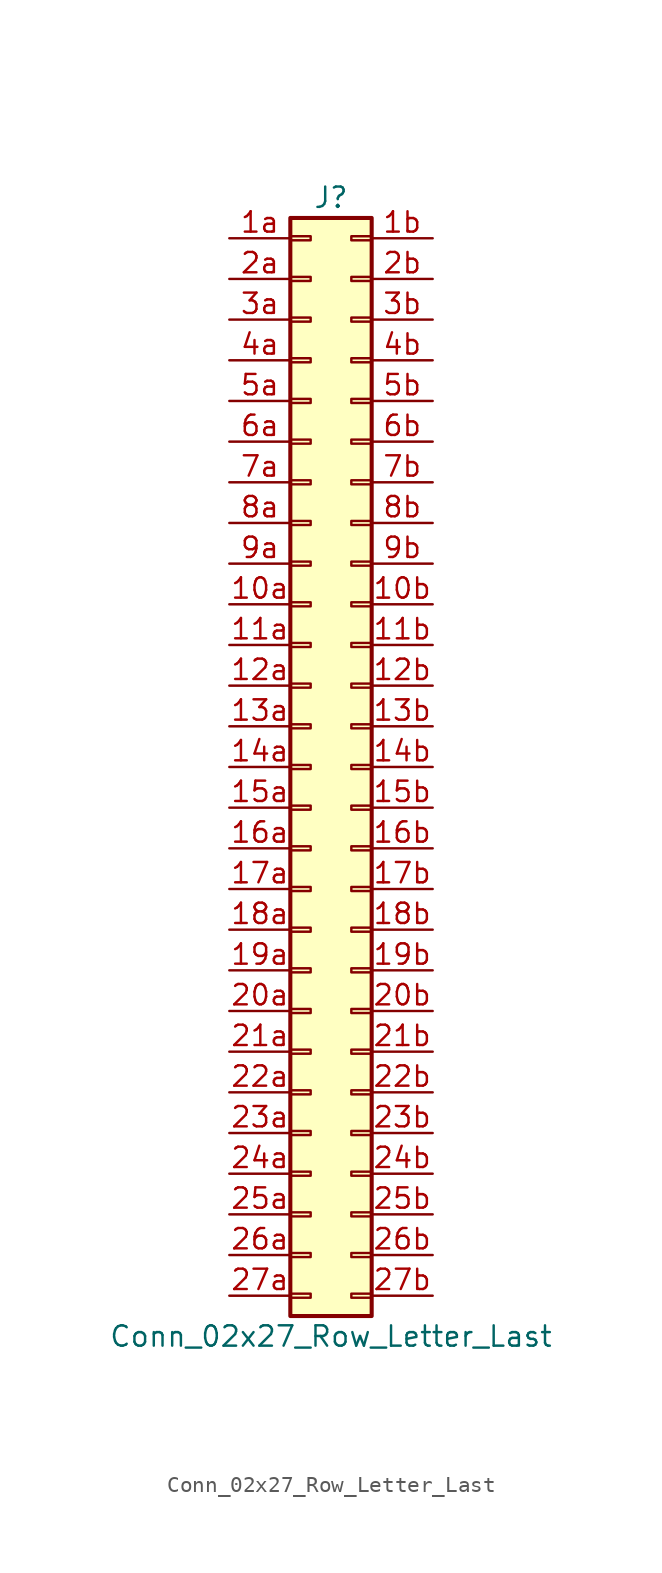
<source format=kicad_sym>
(kicad_symbol_lib
  (version 20201005)
  (generator kicad_symbol_editor)
  (symbol "Connector_Generic:Conn_02x27_Row_Letter_Last"
    (pin_names
      (offset 1.016) hide)
    (property "Reference" "J"
      (at 1.27 35.56 0)
      (effects (font (size 1.27 1.27))))
    (property "Value" "Conn_02x27_Row_Letter_Last"
      (at 1.27 -35.56 0)
      (effects (font (size 1.27 1.27))))
    (symbol "Conn_02x27_Row_Letter_Last_1_1"
      (rectangle (start -1.27 -27.813) (end 0 -28.067) (stroke (width 0.152)) (fill (type none)))
      (rectangle (start -1.27 -30.353) (end 0 -30.607) (stroke (width 0.152)) (fill (type none)))
      (rectangle (start -1.27 -32.893) (end 0 -33.147) (stroke (width 0.152)) (fill (type none)))
      (rectangle (start -1.27 -4.953) (end 0 -5.207) (stroke (width 0.152)) (fill (type none)))
      (rectangle (start -1.27 -7.493) (end 0 -7.747) (stroke (width 0.152)) (fill (type none)))
      (rectangle (start -1.27 -10.033) (end 0 -10.287) (stroke (width 0.152)) (fill (type none)))
      (rectangle (start -1.27 -12.573) (end 0 -12.827) (stroke (width 0.152)) (fill (type none)))
      (rectangle (start -1.27 -15.113) (end 0 -15.367) (stroke (width 0.152)) (fill (type none)))
      (rectangle (start -1.27 -17.653) (end 0 -17.907) (stroke (width 0.152)) (fill (type none)))
      (rectangle (start -1.27 -20.193) (end 0 -20.447) (stroke (width 0.152)) (fill (type none)))
      (rectangle (start -1.27 -22.733) (end 0 -22.987) (stroke (width 0.152)) (fill (type none)))
      (rectangle (start -1.27 -2.413) (end 0 -2.667) (stroke (width 0.152)) (fill (type none)))
      (rectangle (start -1.27 -25.273) (end 0 -25.527) (stroke (width 0.152)) (fill (type none)))
      (rectangle (start -1.27 25.527) (end 0 25.273) (stroke (width 0.152)) (fill (type none)))
      (rectangle (start -1.27 2.667) (end 0 2.413) (stroke (width 0.152)) (fill (type none)))
      (rectangle (start -1.27 28.067) (end 0 27.813) (stroke (width 0.152)) (fill (type none)))
      (rectangle (start -1.27 30.607) (end 0 30.353) (stroke (width 0.152)) (fill (type none)))
      (rectangle (start -1.27 33.147) (end 0 32.893) (stroke (width 0.152)) (fill (type none)))
      (rectangle (start -1.27 34.29) (end 3.81 -34.29) (stroke (width 0.254)) (fill (type background)))
      (rectangle (start -1.27 5.207) (end 0 4.953) (stroke (width 0.152)) (fill (type none)))
      (rectangle (start -1.27 7.747) (end 0 7.493) (stroke (width 0.152)) (fill (type none)))
      (rectangle (start -1.27 10.287) (end 0 10.033) (stroke (width 0.152)) (fill (type none)))
      (rectangle (start -1.27 0.127) (end 0 -0.127) (stroke (width 0.152)) (fill (type none)))
      (rectangle (start -1.27 12.827) (end 0 12.573) (stroke (width 0.152)) (fill (type none)))
      (rectangle (start -1.27 15.367) (end 0 15.113) (stroke (width 0.152)) (fill (type none)))
      (rectangle (start -1.27 17.907) (end 0 17.653) (stroke (width 0.152)) (fill (type none)))
      (rectangle (start -1.27 20.447) (end 0 20.193) (stroke (width 0.152)) (fill (type none)))
      (rectangle (start -1.27 22.987) (end 0 22.733) (stroke (width 0.152)) (fill (type none)))
      (rectangle (start 3.81 -27.813) (end 2.54 -28.067) (stroke (width 0.152)) (fill (type none)))
      (rectangle (start 3.81 -30.353) (end 2.54 -30.607) (stroke (width 0.152)) (fill (type none)))
      (rectangle (start 3.81 -32.893) (end 2.54 -33.147) (stroke (width 0.152)) (fill (type none)))
      (rectangle (start 3.81 -4.953) (end 2.54 -5.207) (stroke (width 0.152)) (fill (type none)))
      (rectangle (start 3.81 -7.493) (end 2.54 -7.747) (stroke (width 0.152)) (fill (type none)))
      (rectangle (start 3.81 -10.033) (end 2.54 -10.287) (stroke (width 0.152)) (fill (type none)))
      (rectangle (start 3.81 -12.573) (end 2.54 -12.827) (stroke (width 0.152)) (fill (type none)))
      (rectangle (start 3.81 -15.113) (end 2.54 -15.367) (stroke (width 0.152)) (fill (type none)))
      (rectangle (start 3.81 -17.653) (end 2.54 -17.907) (stroke (width 0.152)) (fill (type none)))
      (rectangle (start 3.81 -20.193) (end 2.54 -20.447) (stroke (width 0.152)) (fill (type none)))
      (rectangle (start 3.81 -22.733) (end 2.54 -22.987) (stroke (width 0.152)) (fill (type none)))
      (rectangle (start 3.81 -2.413) (end 2.54 -2.667) (stroke (width 0.152)) (fill (type none)))
      (rectangle (start 3.81 -25.273) (end 2.54 -25.527) (stroke (width 0.152)) (fill (type none)))
      (rectangle (start 3.81 25.527) (end 2.54 25.273) (stroke (width 0.152)) (fill (type none)))
      (rectangle (start 3.81 2.667) (end 2.54 2.413) (stroke (width 0.152)) (fill (type none)))
      (rectangle (start 3.81 28.067) (end 2.54 27.813) (stroke (width 0.152)) (fill (type none)))
      (rectangle (start 3.81 30.607) (end 2.54 30.353) (stroke (width 0.152)) (fill (type none)))
      (rectangle (start 3.81 33.147) (end 2.54 32.893) (stroke (width 0.152)) (fill (type none)))
      (rectangle (start 3.81 5.207) (end 2.54 4.953) (stroke (width 0.152)) (fill (type none)))
      (rectangle (start 3.81 7.747) (end 2.54 7.493) (stroke (width 0.152)) (fill (type none)))
      (rectangle (start 3.81 10.287) (end 2.54 10.033) (stroke (width 0.152)) (fill (type none)))
      (rectangle (start 3.81 0.127) (end 2.54 -0.127) (stroke (width 0.152)) (fill (type none)))
      (rectangle (start 3.81 12.827) (end 2.54 12.573) (stroke (width 0.152)) (fill (type none)))
      (rectangle (start 3.81 15.367) (end 2.54 15.113) (stroke (width 0.152)) (fill (type none)))
      (rectangle (start 3.81 17.907) (end 2.54 17.653) (stroke (width 0.152)) (fill (type none)))
      (rectangle (start 3.81 20.447) (end 2.54 20.193) (stroke (width 0.152)) (fill (type none)))
      (rectangle (start 3.81 22.987) (end 2.54 22.733) (stroke (width 0.152)) (fill (type none)))
      (pin passive line (at -5.08 10.16 0) (length 3.81) (name "Pin_10a" (effects (font (size 1.27 1.27)))) (number "10a" (effects (font (size 1.27 1.27)))))
      (pin passive line (at 7.62 10.16 180) (length 3.81) (name "Pin_10b" (effects (font (size 1.27 1.27)))) (number "10b" (effects (font (size 1.27 1.27)))))
      (pin passive line (at -5.08 7.62 0) (length 3.81) (name "Pin_11a" (effects (font (size 1.27 1.27)))) (number "11a" (effects (font (size 1.27 1.27)))))
      (pin passive line (at 7.62 7.62 180) (length 3.81) (name "Pin_11b" (effects (font (size 1.27 1.27)))) (number "11b" (effects (font (size 1.27 1.27)))))
      (pin passive line (at -5.08 5.08 0) (length 3.81) (name "Pin_12a" (effects (font (size 1.27 1.27)))) (number "12a" (effects (font (size 1.27 1.27)))))
      (pin passive line (at 7.62 5.08 180) (length 3.81) (name "Pin_12b" (effects (font (size 1.27 1.27)))) (number "12b" (effects (font (size 1.27 1.27)))))
      (pin passive line (at -5.08 2.54 0) (length 3.81) (name "Pin_13a" (effects (font (size 1.27 1.27)))) (number "13a" (effects (font (size 1.27 1.27)))))
      (pin passive line (at 7.62 2.54 180) (length 3.81) (name "Pin_13b" (effects (font (size 1.27 1.27)))) (number "13b" (effects (font (size 1.27 1.27)))))
      (pin passive line (at -5.08 0 0) (length 3.81) (name "Pin_14a" (effects (font (size 1.27 1.27)))) (number "14a" (effects (font (size 1.27 1.27)))))
      (pin passive line (at 7.62 0 180) (length 3.81) (name "Pin_14b" (effects (font (size 1.27 1.27)))) (number "14b" (effects (font (size 1.27 1.27)))))
      (pin passive line (at -5.08 -2.54 0) (length 3.81) (name "Pin_15a" (effects (font (size 1.27 1.27)))) (number "15a" (effects (font (size 1.27 1.27)))))
      (pin passive line (at 7.62 -2.54 180) (length 3.81) (name "Pin_15b" (effects (font (size 1.27 1.27)))) (number "15b" (effects (font (size 1.27 1.27)))))
      (pin passive line (at -5.08 -5.08 0) (length 3.81) (name "Pin_16a" (effects (font (size 1.27 1.27)))) (number "16a" (effects (font (size 1.27 1.27)))))
      (pin passive line (at 7.62 -5.08 180) (length 3.81) (name "Pin_16b" (effects (font (size 1.27 1.27)))) (number "16b" (effects (font (size 1.27 1.27)))))
      (pin passive line (at -5.08 -7.62 0) (length 3.81) (name "Pin_17a" (effects (font (size 1.27 1.27)))) (number "17a" (effects (font (size 1.27 1.27)))))
      (pin passive line (at 7.62 -7.62 180) (length 3.81) (name "Pin_17b" (effects (font (size 1.27 1.27)))) (number "17b" (effects (font (size 1.27 1.27)))))
      (pin passive line (at -5.08 -10.16 0) (length 3.81) (name "Pin_18a" (effects (font (size 1.27 1.27)))) (number "18a" (effects (font (size 1.27 1.27)))))
      (pin passive line (at 7.62 -10.16 180) (length 3.81) (name "Pin_18b" (effects (font (size 1.27 1.27)))) (number "18b" (effects (font (size 1.27 1.27)))))
      (pin passive line (at -5.08 -12.7 0) (length 3.81) (name "Pin_19a" (effects (font (size 1.27 1.27)))) (number "19a" (effects (font (size 1.27 1.27)))))
      (pin passive line (at 7.62 -12.7 180) (length 3.81) (name "Pin_19b" (effects (font (size 1.27 1.27)))) (number "19b" (effects (font (size 1.27 1.27)))))
      (pin passive line (at -5.08 33.02 0) (length 3.81) (name "Pin_1a" (effects (font (size 1.27 1.27)))) (number "1a" (effects (font (size 1.27 1.27)))))
      (pin passive line (at 7.62 33.02 180) (length 3.81) (name "Pin_1b" (effects (font (size 1.27 1.27)))) (number "1b" (effects (font (size 1.27 1.27)))))
      (pin passive line (at -5.08 -15.24 0) (length 3.81) (name "Pin_20a" (effects (font (size 1.27 1.27)))) (number "20a" (effects (font (size 1.27 1.27)))))
      (pin passive line (at 7.62 -15.24 180) (length 3.81) (name "Pin_20b" (effects (font (size 1.27 1.27)))) (number "20b" (effects (font (size 1.27 1.27)))))
      (pin passive line (at -5.08 -17.78 0) (length 3.81) (name "Pin_21a" (effects (font (size 1.27 1.27)))) (number "21a" (effects (font (size 1.27 1.27)))))
      (pin passive line (at 7.62 -17.78 180) (length 3.81) (name "Pin_21b" (effects (font (size 1.27 1.27)))) (number "21b" (effects (font (size 1.27 1.27)))))
      (pin passive line (at -5.08 -20.32 0) (length 3.81) (name "Pin_22a" (effects (font (size 1.27 1.27)))) (number "22a" (effects (font (size 1.27 1.27)))))
      (pin passive line (at 7.62 -20.32 180) (length 3.81) (name "Pin_22b" (effects (font (size 1.27 1.27)))) (number "22b" (effects (font (size 1.27 1.27)))))
      (pin passive line (at -5.08 -22.86 0) (length 3.81) (name "Pin_23a" (effects (font (size 1.27 1.27)))) (number "23a" (effects (font (size 1.27 1.27)))))
      (pin passive line (at 7.62 -22.86 180) (length 3.81) (name "Pin_23b" (effects (font (size 1.27 1.27)))) (number "23b" (effects (font (size 1.27 1.27)))))
      (pin passive line (at -5.08 -25.4 0) (length 3.81) (name "Pin_24a" (effects (font (size 1.27 1.27)))) (number "24a" (effects (font (size 1.27 1.27)))))
      (pin passive line (at 7.62 -25.4 180) (length 3.81) (name "Pin_24b" (effects (font (size 1.27 1.27)))) (number "24b" (effects (font (size 1.27 1.27)))))
      (pin passive line (at -5.08 -27.94 0) (length 3.81) (name "Pin_25a" (effects (font (size 1.27 1.27)))) (number "25a" (effects (font (size 1.27 1.27)))))
      (pin passive line (at 7.62 -27.94 180) (length 3.81) (name "Pin_25b" (effects (font (size 1.27 1.27)))) (number "25b" (effects (font (size 1.27 1.27)))))
      (pin passive line (at -5.08 -30.48 0) (length 3.81) (name "Pin_26a" (effects (font (size 1.27 1.27)))) (number "26a" (effects (font (size 1.27 1.27)))))
      (pin passive line (at 7.62 -30.48 180) (length 3.81) (name "Pin_26b" (effects (font (size 1.27 1.27)))) (number "26b" (effects (font (size 1.27 1.27)))))
      (pin passive line (at -5.08 -33.02 0) (length 3.81) (name "Pin_27a" (effects (font (size 1.27 1.27)))) (number "27a" (effects (font (size 1.27 1.27)))))
      (pin passive line (at 7.62 -33.02 180) (length 3.81) (name "Pin_27b" (effects (font (size 1.27 1.27)))) (number "27b" (effects (font (size 1.27 1.27)))))
      (pin passive line (at -5.08 30.48 0) (length 3.81) (name "Pin_2a" (effects (font (size 1.27 1.27)))) (number "2a" (effects (font (size 1.27 1.27)))))
      (pin passive line (at 7.62 30.48 180) (length 3.81) (name "Pin_2b" (effects (font (size 1.27 1.27)))) (number "2b" (effects (font (size 1.27 1.27)))))
      (pin passive line (at -5.08 27.94 0) (length 3.81) (name "Pin_3a" (effects (font (size 1.27 1.27)))) (number "3a" (effects (font (size 1.27 1.27)))))
      (pin passive line (at 7.62 27.94 180) (length 3.81) (name "Pin_3b" (effects (font (size 1.27 1.27)))) (number "3b" (effects (font (size 1.27 1.27)))))
      (pin passive line (at -5.08 25.4 0) (length 3.81) (name "Pin_4a" (effects (font (size 1.27 1.27)))) (number "4a" (effects (font (size 1.27 1.27)))))
      (pin passive line (at 7.62 25.4 180) (length 3.81) (name "Pin_4b" (effects (font (size 1.27 1.27)))) (number "4b" (effects (font (size 1.27 1.27)))))
      (pin passive line (at -5.08 22.86 0) (length 3.81) (name "Pin_5a" (effects (font (size 1.27 1.27)))) (number "5a" (effects (font (size 1.27 1.27)))))
      (pin passive line (at 7.62 22.86 180) (length 3.81) (name "Pin_5b" (effects (font (size 1.27 1.27)))) (number "5b" (effects (font (size 1.27 1.27)))))
      (pin passive line (at -5.08 20.32 0) (length 3.81) (name "Pin_6a" (effects (font (size 1.27 1.27)))) (number "6a" (effects (font (size 1.27 1.27)))))
      (pin passive line (at 7.62 20.32 180) (length 3.81) (name "Pin_6b" (effects (font (size 1.27 1.27)))) (number "6b" (effects (font (size 1.27 1.27)))))
      (pin passive line (at -5.08 17.78 0) (length 3.81) (name "Pin_7a" (effects (font (size 1.27 1.27)))) (number "7a" (effects (font (size 1.27 1.27)))))
      (pin passive line (at 7.62 17.78 180) (length 3.81) (name "Pin_7b" (effects (font (size 1.27 1.27)))) (number "7b" (effects (font (size 1.27 1.27)))))
      (pin passive line (at -5.08 15.24 0) (length 3.81) (name "Pin_8a" (effects (font (size 1.27 1.27)))) (number "8a" (effects (font (size 1.27 1.27)))))
      (pin passive line (at 7.62 15.24 180) (length 3.81) (name "Pin_8b" (effects (font (size 1.27 1.27)))) (number "8b" (effects (font (size 1.27 1.27)))))
      (pin passive line (at -5.08 12.7 0) (length 3.81) (name "Pin_9a" (effects (font (size 1.27 1.27)))) (number "9a" (effects (font (size 1.27 1.27)))))
      (pin passive line (at 7.62 12.7 180) (length 3.81) (name "Pin_9b" (effects (font (size 1.27 1.27)))) (number "9b" (effects (font (size 1.27 1.27))))))))
</source>
